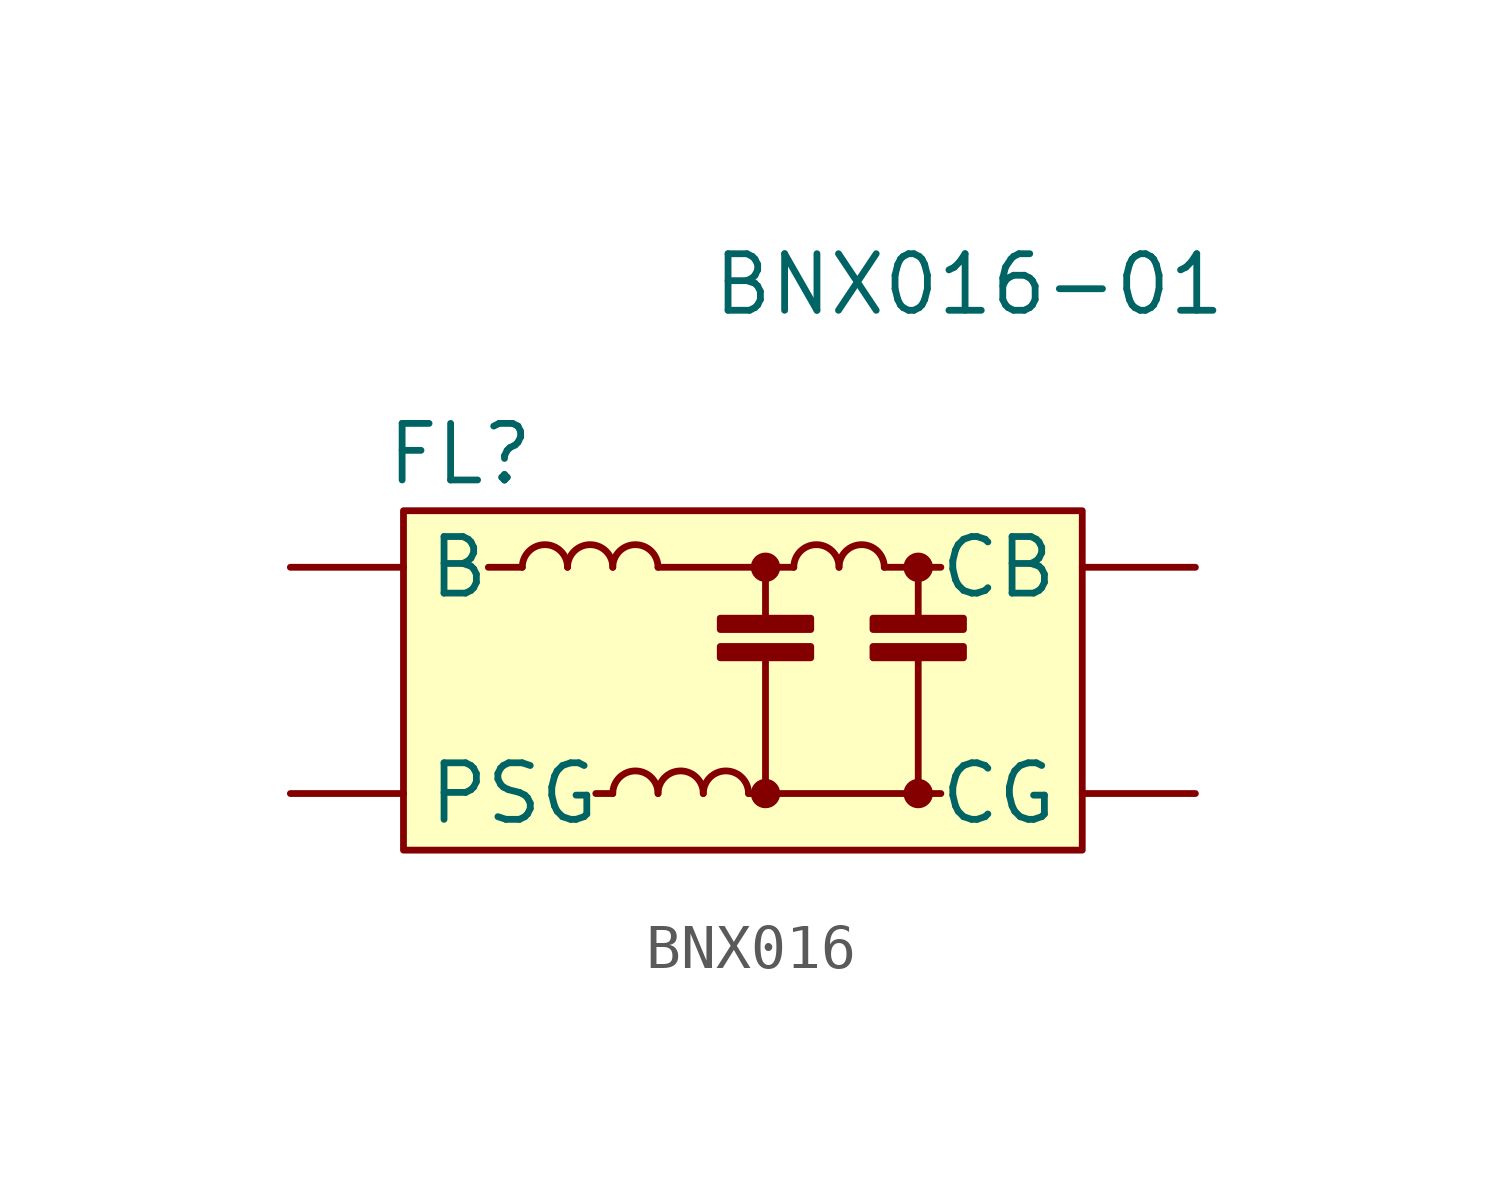
<source format=kicad_sym>
(kicad_symbol_lib
  (version 20220914)
  (generator kicad_symbol_editor)
  (symbol "BNX016"
    (pin_numbers hide)
    (property "Reference" "FL"
      (at -6.35 5.08 0)
      (effects (font (size 1.27 1.27))))
    (property "Value" "BNX016-01"
      (at 5.08 8.89 0)
      (effects (font (size 1.27 1.27))))
    (symbol "BNX016_0_1"
      (rectangle (start -7.62 3.81) (end 7.62 -3.81) (stroke (width 0) (type default)) (fill (type background)))
      (arc (start -1.905 -2.54) (mid -2.413 -2.0342) (end -2.921 -2.54) (stroke (width 0) (type default)) (fill (type none)))
      (arc (start -0.889 -2.54) (mid -1.397 -2.0342) (end -1.905 -2.54) (stroke (width 0) (type default)) (fill (type none)))
      (rectangle (start -0.508 0.508) (end 1.524 0.762) (stroke (width 0) (type default)) (fill (type outline)))
      (polyline (pts (xy -4.953 2.54) (xy -5.715 2.54)) (stroke (width 0) (type default)) (fill (type none)))
      (polyline (pts (xy -3.302 -2.54) (xy -2.921 -2.54)) (stroke (width 0) (type default)) (fill (type none)))
      (polyline (pts (xy 0.127 -2.54) (xy 0.508 -2.54)) (stroke (width 0) (type default)) (fill (type none)))
      (polyline (pts (xy 0.381 2.54) (xy -1.905 2.54)) (stroke (width 0) (type default)) (fill (type none)))
      (polyline (pts (xy 0.508 -2.54) (xy 0.508 0.508)) (stroke (width 0) (type default)) (fill (type none)))
      (polyline (pts (xy 0.508 2.54) (xy 0.508 1.27)) (stroke (width 0) (type default)) (fill (type none)))
      (polyline (pts (xy 1.143 2.54) (xy 0.508 2.54)) (stroke (width 0) (type default)) (fill (type none)))
      (polyline (pts (xy 3.175 2.54) (xy 3.937 2.54)) (stroke (width 0) (type default)) (fill (type none)))
      (polyline (pts (xy 3.937 -2.54) (xy 0.508 -2.54)) (stroke (width 0) (type default)) (fill (type none)))
      (polyline (pts (xy 3.937 -2.54) (xy 3.937 0.508)) (stroke (width 0) (type default)) (fill (type none)))
      (polyline (pts (xy 3.937 -2.54) (xy 4.445 -2.54)) (stroke (width 0) (type default)) (fill (type none)))
      (polyline (pts (xy 3.937 2.54) (xy 3.937 1.27)) (stroke (width 0) (type default)) (fill (type none)))
      (polyline (pts (xy 3.937 2.54) (xy 4.445 2.54)) (stroke (width 0) (type default)) (fill (type none)))
      (arc (start 0.127 -2.54) (mid -0.381 -2.0342) (end -0.889 -2.54) (stroke (width 0) (type default)) (fill (type none)))
      (circle (center 0.508 2.54) (radius 0.254) (stroke (width 0) (type default)) (fill (type outline)))
      (rectangle (start 1.524 1.143) (end -0.508 1.397) (stroke (width 0) (type default)) (fill (type outline)))
      (arc (start 2.159 2.54) (mid 1.651 3.0458) (end 1.143 2.54) (stroke (width 0) (type default)) (fill (type none)))
      (arc (start 3.175 2.54) (mid 2.667 3.0458) (end 2.159 2.54) (stroke (width 0) (type default)) (fill (type none))))
    (symbol "BNX016_1_1"
      (arc (start -3.937 2.54) (mid -4.445 3.0458) (end -4.953 2.54) (stroke (width 0) (type default)) (fill (type none)))
      (arc (start -2.921 2.54) (mid -3.429 3.0458) (end -3.937 2.54) (stroke (width 0) (type default)) (fill (type none)))
      (arc (start -1.905 2.54) (mid -2.413 3.0458) (end -2.921 2.54) (stroke (width 0) (type default)) (fill (type none)))
      (circle (center 0.508 -2.54) (radius 0.254) (stroke (width 0) (type default)) (fill (type outline)))
      (rectangle (start 2.921 0.508) (end 4.953 0.762) (stroke (width 0) (type default)) (fill (type outline)))
      (circle (center 3.937 -2.54) (radius 0.254) (stroke (width 0) (type default)) (fill (type outline)))
      (circle (center 3.937 2.54) (radius 0.254) (stroke (width 0) (type default)) (fill (type outline)))
      (rectangle (start 4.953 1.143) (end 2.921 1.397) (stroke (width 0) (type default)) (fill (type outline)))
      (pin passive line (at -10.16 2.54 0) (length 2.54) (name "B" (effects (font (size 1.27 1.27)))) (number "B" (effects (font (size 1.27 1.27)))))
      (pin passive line (at 10.16 2.54 180) (length 2.54) (name "CB" (effects (font (size 1.27 1.27)))) (number "CB" (effects (font (size 1.27 1.27)))))
      (pin passive line (at 10.16 -2.54 180) (length 2.54) (name "CG" (effects (font (size 1.27 1.27)))) (number "CG" (effects (font (size 1.27 1.27)))))
      (pin passive line (at -10.16 -2.54 0) (length 2.54) (name "PSG" (effects (font (size 1.27 1.27)))) (number "PSG" (effects (font (size 1.27 1.27))))))))
</source>
